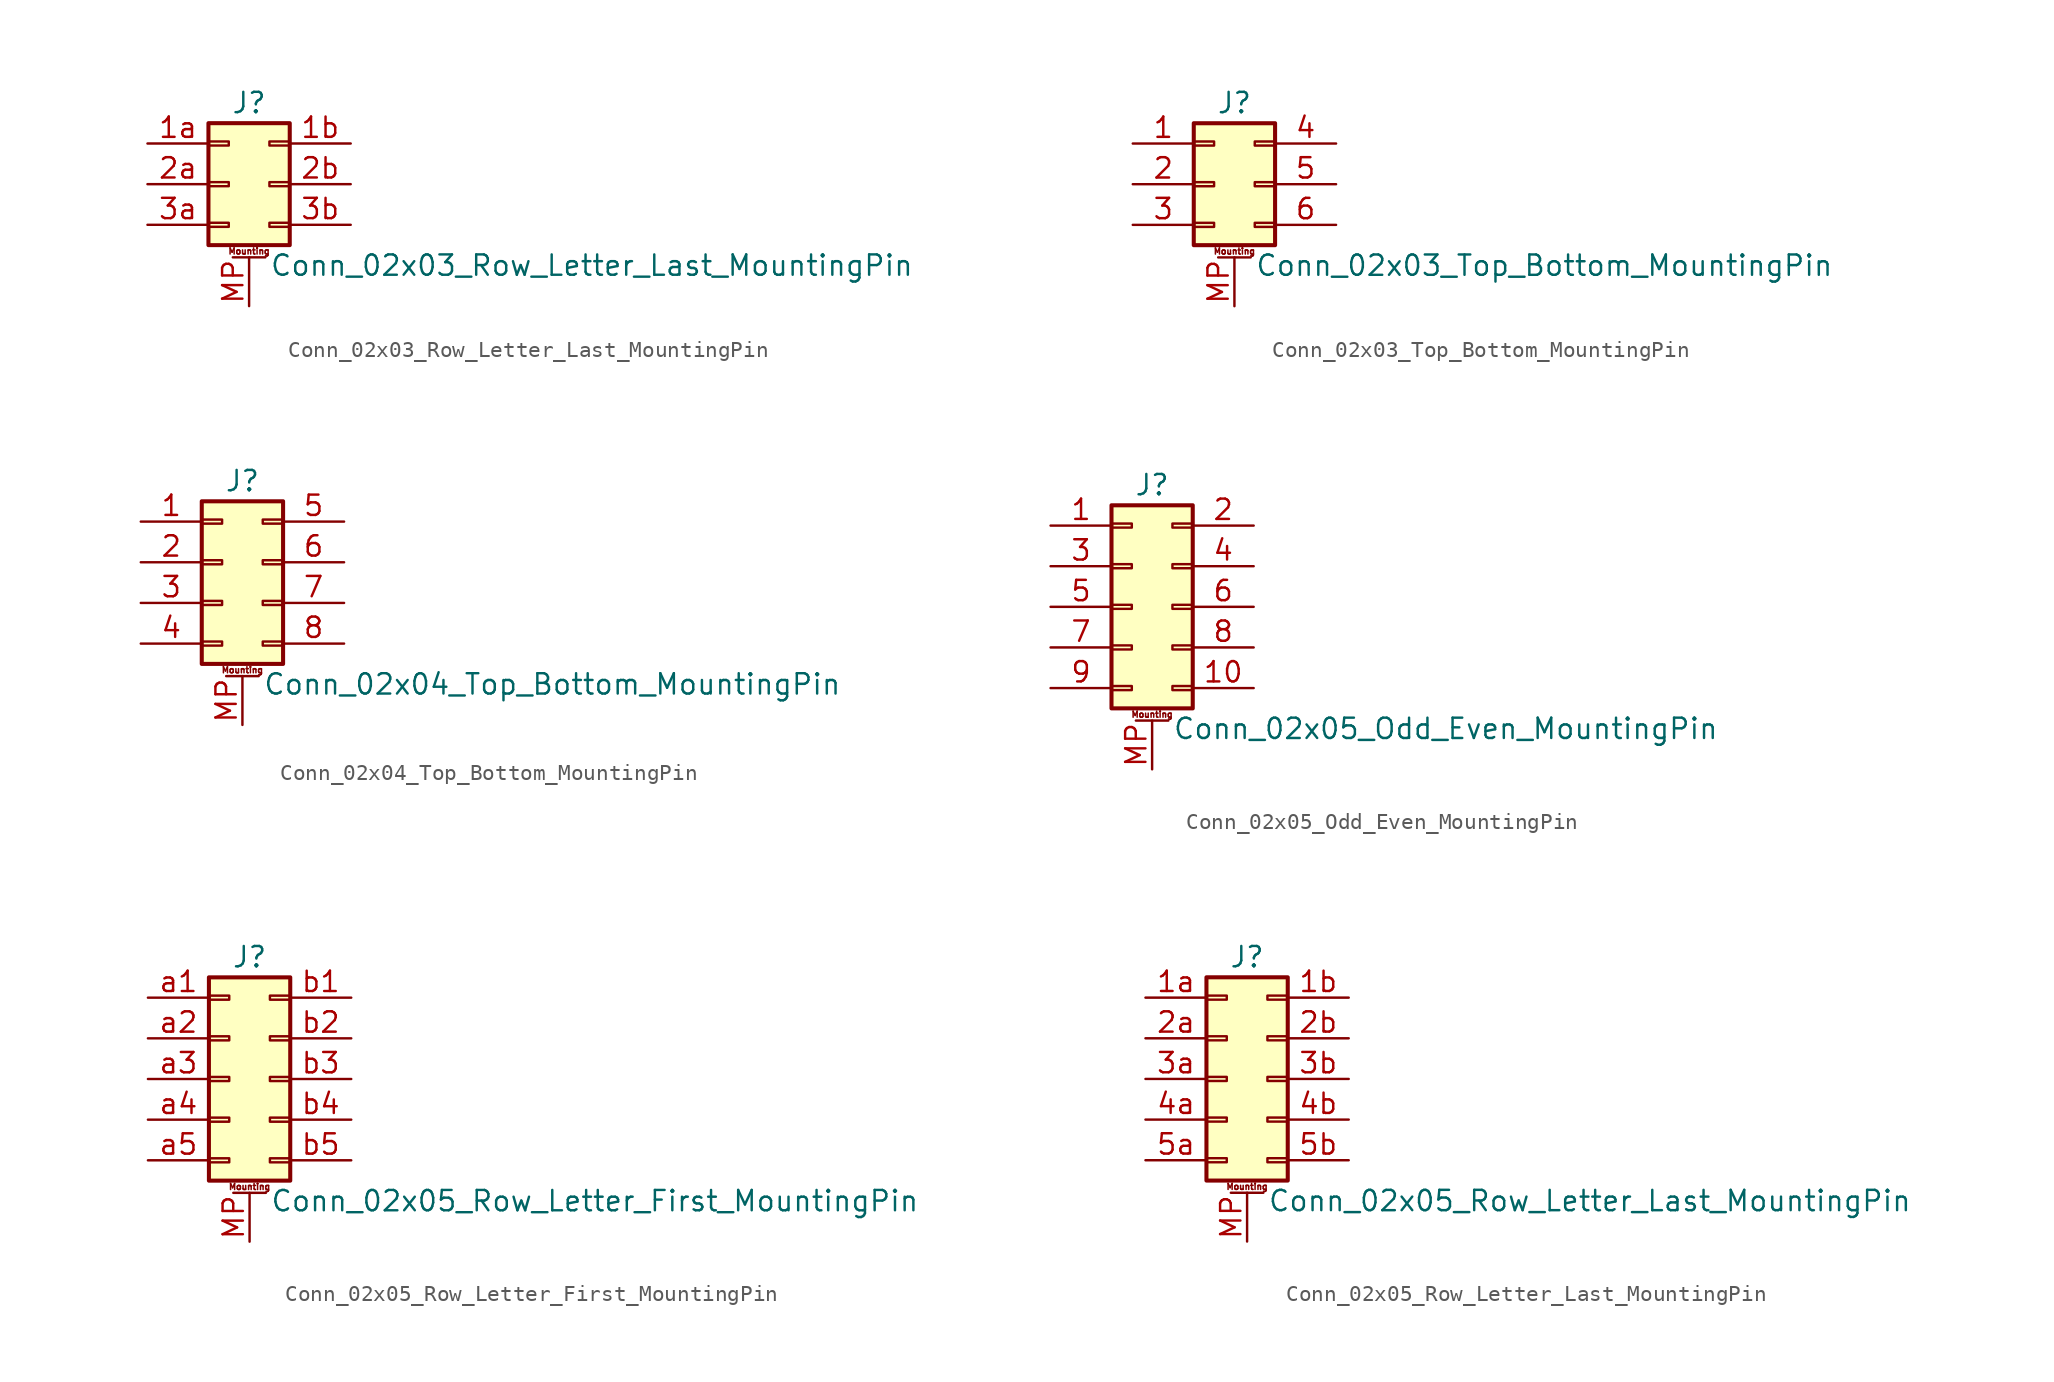
<source format=kicad_sym>
(kicad_symbol_lib
  (version 20201005)
  (generator kicad_symbol_editor)
  (symbol "Conn_02x03_Row_Letter_Last_MountingPin"
    (pin_names
      (offset 1.016) hide)
    (property "Reference" "J"
      (at 1.27 5.08 0)
      (effects (font (size 1.27 1.27))))
    (property "Value" "Conn_02x03_Row_Letter_Last_MountingPin"
      (at 2.54 -5.08 0)
      (effects (font (size 1.27 1.27)) (justify left)))
    (symbol "Conn_02x03_Row_Letter_Last_MountingPin_1_1"
      (text "Mounting" (at 1.27 -4.191 0) (effects (font (size 0.381 0.381))))
      (rectangle (start -1.27 -2.413) (end 0 -2.667) (stroke (width 0.152)) (fill (type none)))
      (rectangle (start -1.27 0.127) (end 0 -0.127) (stroke (width 0.152)) (fill (type none)))
      (rectangle (start -1.27 2.667) (end 0 2.413) (stroke (width 0.152)) (fill (type none)))
      (rectangle (start 3.81 -2.413) (end 2.54 -2.667) (stroke (width 0.152)) (fill (type none)))
      (rectangle (start 3.81 0.127) (end 2.54 -0.127) (stroke (width 0.152)) (fill (type none)))
      (rectangle (start 3.81 2.667) (end 2.54 2.413) (stroke (width 0.152)) (fill (type none)))
      (rectangle (start -1.27 3.81) (end 3.81 -3.81) (stroke (width 0.254)) (fill (type background)))
      (polyline (pts (xy 0.254 -4.572) (xy 2.286 -4.572)) (stroke (width 0.152)) (fill (type none)))
      (pin passive line (at -5.08 2.54 0) (length 3.81) (name "Pin_1a" (effects (font (size 1.27 1.27)))) (number "1a" (effects (font (size 1.27 1.27)))))
      (pin passive line (at 7.62 2.54 180) (length 3.81) (name "Pin_1b" (effects (font (size 1.27 1.27)))) (number "1b" (effects (font (size 1.27 1.27)))))
      (pin passive line (at -5.08 0 0) (length 3.81) (name "Pin_2a" (effects (font (size 1.27 1.27)))) (number "2a" (effects (font (size 1.27 1.27)))))
      (pin passive line (at 7.62 0 180) (length 3.81) (name "Pin_2b" (effects (font (size 1.27 1.27)))) (number "2b" (effects (font (size 1.27 1.27)))))
      (pin passive line (at -5.08 -2.54 0) (length 3.81) (name "Pin_3a" (effects (font (size 1.27 1.27)))) (number "3a" (effects (font (size 1.27 1.27)))))
      (pin passive line (at 7.62 -2.54 180) (length 3.81) (name "Pin_3b" (effects (font (size 1.27 1.27)))) (number "3b" (effects (font (size 1.27 1.27)))))
      (pin passive line (at 1.27 -7.62 90) (length 3.048) (name "MountPin" (effects (font (size 1.27 1.27)))) (number "MP" (effects (font (size 1.27 1.27)))))))
  (symbol "Conn_02x03_Top_Bottom_MountingPin"
    (pin_names
      (offset 1.016) hide)
    (property "Reference" "J"
      (at 1.27 5.08 0)
      (effects (font (size 1.27 1.27))))
    (property "Value" "Conn_02x03_Top_Bottom_MountingPin"
      (at 2.54 -5.08 0)
      (effects (font (size 1.27 1.27)) (justify left)))
    (symbol "Conn_02x03_Top_Bottom_MountingPin_1_1"
      (text "Mounting" (at 1.27 -4.191 0) (effects (font (size 0.381 0.381))))
      (rectangle (start -1.27 -2.413) (end 0 -2.667) (stroke (width 0.152)) (fill (type none)))
      (rectangle (start -1.27 0.127) (end 0 -0.127) (stroke (width 0.152)) (fill (type none)))
      (rectangle (start -1.27 2.667) (end 0 2.413) (stroke (width 0.152)) (fill (type none)))
      (rectangle (start 3.81 -2.413) (end 2.54 -2.667) (stroke (width 0.152)) (fill (type none)))
      (rectangle (start 3.81 0.127) (end 2.54 -0.127) (stroke (width 0.152)) (fill (type none)))
      (rectangle (start 3.81 2.667) (end 2.54 2.413) (stroke (width 0.152)) (fill (type none)))
      (rectangle (start -1.27 3.81) (end 3.81 -3.81) (stroke (width 0.254)) (fill (type background)))
      (polyline (pts (xy 0.254 -4.572) (xy 2.286 -4.572)) (stroke (width 0.152)) (fill (type none)))
      (pin passive line (at -5.08 2.54 0) (length 3.81) (name "Pin_1" (effects (font (size 1.27 1.27)))) (number "1" (effects (font (size 1.27 1.27)))))
      (pin passive line (at -5.08 0 0) (length 3.81) (name "Pin_2" (effects (font (size 1.27 1.27)))) (number "2" (effects (font (size 1.27 1.27)))))
      (pin passive line (at -5.08 -2.54 0) (length 3.81) (name "Pin_3" (effects (font (size 1.27 1.27)))) (number "3" (effects (font (size 1.27 1.27)))))
      (pin passive line (at 7.62 2.54 180) (length 3.81) (name "Pin_4" (effects (font (size 1.27 1.27)))) (number "4" (effects (font (size 1.27 1.27)))))
      (pin passive line (at 7.62 0 180) (length 3.81) (name "Pin_5" (effects (font (size 1.27 1.27)))) (number "5" (effects (font (size 1.27 1.27)))))
      (pin passive line (at 7.62 -2.54 180) (length 3.81) (name "Pin_6" (effects (font (size 1.27 1.27)))) (number "6" (effects (font (size 1.27 1.27)))))
      (pin passive line (at 1.27 -7.62 90) (length 3.048) (name "MountPin" (effects (font (size 1.27 1.27)))) (number "MP" (effects (font (size 1.27 1.27)))))))
  (symbol "Conn_02x04_Top_Bottom_MountingPin"
    (pin_names
      (offset 1.016) hide)
    (property "Reference" "J"
      (at 1.27 5.08 0)
      (effects (font (size 1.27 1.27))))
    (property "Value" "Conn_02x04_Top_Bottom_MountingPin"
      (at 2.54 -7.62 0)
      (effects (font (size 1.27 1.27)) (justify left)))
    (symbol "Conn_02x04_Top_Bottom_MountingPin_1_1"
      (text "Mounting" (at 1.27 -6.731 0) (effects (font (size 0.381 0.381))))
      (rectangle (start -1.27 -4.953) (end 0 -5.207) (stroke (width 0.152)) (fill (type none)))
      (rectangle (start -1.27 -2.413) (end 0 -2.667) (stroke (width 0.152)) (fill (type none)))
      (rectangle (start -1.27 0.127) (end 0 -0.127) (stroke (width 0.152)) (fill (type none)))
      (rectangle (start -1.27 2.667) (end 0 2.413) (stroke (width 0.152)) (fill (type none)))
      (rectangle (start 3.81 -4.953) (end 2.54 -5.207) (stroke (width 0.152)) (fill (type none)))
      (rectangle (start 3.81 -2.413) (end 2.54 -2.667) (stroke (width 0.152)) (fill (type none)))
      (rectangle (start 3.81 0.127) (end 2.54 -0.127) (stroke (width 0.152)) (fill (type none)))
      (rectangle (start 3.81 2.667) (end 2.54 2.413) (stroke (width 0.152)) (fill (type none)))
      (rectangle (start -1.27 3.81) (end 3.81 -6.35) (stroke (width 0.254)) (fill (type background)))
      (polyline (pts (xy 0.254 -7.112) (xy 2.286 -7.112)) (stroke (width 0.152)) (fill (type none)))
      (pin passive line (at -5.08 2.54 0) (length 3.81) (name "Pin_1" (effects (font (size 1.27 1.27)))) (number "1" (effects (font (size 1.27 1.27)))))
      (pin passive line (at -5.08 0 0) (length 3.81) (name "Pin_2" (effects (font (size 1.27 1.27)))) (number "2" (effects (font (size 1.27 1.27)))))
      (pin passive line (at -5.08 -2.54 0) (length 3.81) (name "Pin_3" (effects (font (size 1.27 1.27)))) (number "3" (effects (font (size 1.27 1.27)))))
      (pin passive line (at -5.08 -5.08 0) (length 3.81) (name "Pin_4" (effects (font (size 1.27 1.27)))) (number "4" (effects (font (size 1.27 1.27)))))
      (pin passive line (at 7.62 2.54 180) (length 3.81) (name "Pin_5" (effects (font (size 1.27 1.27)))) (number "5" (effects (font (size 1.27 1.27)))))
      (pin passive line (at 7.62 0 180) (length 3.81) (name "Pin_6" (effects (font (size 1.27 1.27)))) (number "6" (effects (font (size 1.27 1.27)))))
      (pin passive line (at 7.62 -2.54 180) (length 3.81) (name "Pin_7" (effects (font (size 1.27 1.27)))) (number "7" (effects (font (size 1.27 1.27)))))
      (pin passive line (at 7.62 -5.08 180) (length 3.81) (name "Pin_8" (effects (font (size 1.27 1.27)))) (number "8" (effects (font (size 1.27 1.27)))))
      (pin passive line (at 1.27 -10.16 90) (length 3.048) (name "MountPin" (effects (font (size 1.27 1.27)))) (number "MP" (effects (font (size 1.27 1.27)))))))
  (symbol "Conn_02x05_Odd_Even_MountingPin"
    (pin_names
      (offset 1.016) hide)
    (property "Reference" "J"
      (at 1.27 7.62 0)
      (effects (font (size 1.27 1.27))))
    (property "Value" "Conn_02x05_Odd_Even_MountingPin"
      (at 2.54 -7.62 0)
      (effects (font (size 1.27 1.27)) (justify left)))
    (symbol "Conn_02x05_Odd_Even_MountingPin_1_1"
      (text "Mounting" (at 1.27 -6.731 0) (effects (font (size 0.381 0.381))))
      (rectangle (start -1.27 -4.953) (end 0 -5.207) (stroke (width 0.152)) (fill (type none)))
      (rectangle (start -1.27 -2.413) (end 0 -2.667) (stroke (width 0.152)) (fill (type none)))
      (rectangle (start -1.27 0.127) (end 0 -0.127) (stroke (width 0.152)) (fill (type none)))
      (rectangle (start -1.27 2.667) (end 0 2.413) (stroke (width 0.152)) (fill (type none)))
      (rectangle (start -1.27 5.207) (end 0 4.953) (stroke (width 0.152)) (fill (type none)))
      (rectangle (start 3.81 -4.953) (end 2.54 -5.207) (stroke (width 0.152)) (fill (type none)))
      (rectangle (start 3.81 -2.413) (end 2.54 -2.667) (stroke (width 0.152)) (fill (type none)))
      (rectangle (start 3.81 0.127) (end 2.54 -0.127) (stroke (width 0.152)) (fill (type none)))
      (rectangle (start 3.81 2.667) (end 2.54 2.413) (stroke (width 0.152)) (fill (type none)))
      (rectangle (start 3.81 5.207) (end 2.54 4.953) (stroke (width 0.152)) (fill (type none)))
      (rectangle (start -1.27 6.35) (end 3.81 -6.35) (stroke (width 0.254)) (fill (type background)))
      (polyline (pts (xy 0.254 -7.112) (xy 2.286 -7.112)) (stroke (width 0.152)) (fill (type none)))
      (pin passive line (at -5.08 5.08 0) (length 3.81) (name "Pin_1" (effects (font (size 1.27 1.27)))) (number "1" (effects (font (size 1.27 1.27)))))
      (pin passive line (at 7.62 -5.08 180) (length 3.81) (name "Pin_10" (effects (font (size 1.27 1.27)))) (number "10" (effects (font (size 1.27 1.27)))))
      (pin passive line (at 7.62 5.08 180) (length 3.81) (name "Pin_2" (effects (font (size 1.27 1.27)))) (number "2" (effects (font (size 1.27 1.27)))))
      (pin passive line (at -5.08 2.54 0) (length 3.81) (name "Pin_3" (effects (font (size 1.27 1.27)))) (number "3" (effects (font (size 1.27 1.27)))))
      (pin passive line (at 7.62 2.54 180) (length 3.81) (name "Pin_4" (effects (font (size 1.27 1.27)))) (number "4" (effects (font (size 1.27 1.27)))))
      (pin passive line (at -5.08 0 0) (length 3.81) (name "Pin_5" (effects (font (size 1.27 1.27)))) (number "5" (effects (font (size 1.27 1.27)))))
      (pin passive line (at 7.62 0 180) (length 3.81) (name "Pin_6" (effects (font (size 1.27 1.27)))) (number "6" (effects (font (size 1.27 1.27)))))
      (pin passive line (at -5.08 -2.54 0) (length 3.81) (name "Pin_7" (effects (font (size 1.27 1.27)))) (number "7" (effects (font (size 1.27 1.27)))))
      (pin passive line (at 7.62 -2.54 180) (length 3.81) (name "Pin_8" (effects (font (size 1.27 1.27)))) (number "8" (effects (font (size 1.27 1.27)))))
      (pin passive line (at -5.08 -5.08 0) (length 3.81) (name "Pin_9" (effects (font (size 1.27 1.27)))) (number "9" (effects (font (size 1.27 1.27)))))
      (pin passive line (at 1.27 -10.16 90) (length 3.048) (name "MountPin" (effects (font (size 1.27 1.27)))) (number "MP" (effects (font (size 1.27 1.27)))))))
  (symbol "Conn_02x05_Row_Letter_First_MountingPin"
    (pin_names
      (offset 1.016) hide)
    (property "Reference" "J"
      (at 1.27 7.62 0)
      (effects (font (size 1.27 1.27))))
    (property "Value" "Conn_02x05_Row_Letter_First_MountingPin"
      (at 2.54 -7.62 0)
      (effects (font (size 1.27 1.27)) (justify left)))
    (symbol "Conn_02x05_Row_Letter_First_MountingPin_1_1"
      (text "Mounting" (at 1.27 -6.731 0) (effects (font (size 0.381 0.381))))
      (rectangle (start -1.27 -4.953) (end 0 -5.207) (stroke (width 0.152)) (fill (type none)))
      (rectangle (start -1.27 -2.413) (end 0 -2.667) (stroke (width 0.152)) (fill (type none)))
      (rectangle (start -1.27 0.127) (end 0 -0.127) (stroke (width 0.152)) (fill (type none)))
      (rectangle (start -1.27 2.667) (end 0 2.413) (stroke (width 0.152)) (fill (type none)))
      (rectangle (start -1.27 5.207) (end 0 4.953) (stroke (width 0.152)) (fill (type none)))
      (rectangle (start 3.81 -4.953) (end 2.54 -5.207) (stroke (width 0.152)) (fill (type none)))
      (rectangle (start 3.81 -2.413) (end 2.54 -2.667) (stroke (width 0.152)) (fill (type none)))
      (rectangle (start 3.81 0.127) (end 2.54 -0.127) (stroke (width 0.152)) (fill (type none)))
      (rectangle (start 3.81 2.667) (end 2.54 2.413) (stroke (width 0.152)) (fill (type none)))
      (rectangle (start 3.81 5.207) (end 2.54 4.953) (stroke (width 0.152)) (fill (type none)))
      (rectangle (start -1.27 6.35) (end 3.81 -6.35) (stroke (width 0.254)) (fill (type background)))
      (polyline (pts (xy 0.254 -7.112) (xy 2.286 -7.112)) (stroke (width 0.152)) (fill (type none)))
      (pin passive line (at 1.27 -10.16 90) (length 3.048) (name "MountPin" (effects (font (size 1.27 1.27)))) (number "MP" (effects (font (size 1.27 1.27)))))
      (pin passive line (at -5.08 5.08 0) (length 3.81) (name "Pin_a1" (effects (font (size 1.27 1.27)))) (number "a1" (effects (font (size 1.27 1.27)))))
      (pin passive line (at -5.08 2.54 0) (length 3.81) (name "Pin_a2" (effects (font (size 1.27 1.27)))) (number "a2" (effects (font (size 1.27 1.27)))))
      (pin passive line (at -5.08 0 0) (length 3.81) (name "Pin_a3" (effects (font (size 1.27 1.27)))) (number "a3" (effects (font (size 1.27 1.27)))))
      (pin passive line (at -5.08 -2.54 0) (length 3.81) (name "Pin_a4" (effects (font (size 1.27 1.27)))) (number "a4" (effects (font (size 1.27 1.27)))))
      (pin passive line (at -5.08 -5.08 0) (length 3.81) (name "Pin_a5" (effects (font (size 1.27 1.27)))) (number "a5" (effects (font (size 1.27 1.27)))))
      (pin passive line (at 7.62 5.08 180) (length 3.81) (name "Pin_b1" (effects (font (size 1.27 1.27)))) (number "b1" (effects (font (size 1.27 1.27)))))
      (pin passive line (at 7.62 2.54 180) (length 3.81) (name "Pin_b2" (effects (font (size 1.27 1.27)))) (number "b2" (effects (font (size 1.27 1.27)))))
      (pin passive line (at 7.62 0 180) (length 3.81) (name "Pin_b3" (effects (font (size 1.27 1.27)))) (number "b3" (effects (font (size 1.27 1.27)))))
      (pin passive line (at 7.62 -2.54 180) (length 3.81) (name "Pin_b4" (effects (font (size 1.27 1.27)))) (number "b4" (effects (font (size 1.27 1.27)))))
      (pin passive line (at 7.62 -5.08 180) (length 3.81) (name "Pin_b5" (effects (font (size 1.27 1.27)))) (number "b5" (effects (font (size 1.27 1.27)))))))
  (symbol "Conn_02x05_Row_Letter_Last_MountingPin"
    (pin_names
      (offset 1.016) hide)
    (property "Reference" "J"
      (at 1.27 7.62 0)
      (effects (font (size 1.27 1.27))))
    (property "Value" "Conn_02x05_Row_Letter_Last_MountingPin"
      (at 2.54 -7.62 0)
      (effects (font (size 1.27 1.27)) (justify left)))
    (symbol "Conn_02x05_Row_Letter_Last_MountingPin_1_1"
      (text "Mounting" (at 1.27 -6.731 0) (effects (font (size 0.381 0.381))))
      (rectangle (start -1.27 -4.953) (end 0 -5.207) (stroke (width 0.152)) (fill (type none)))
      (rectangle (start -1.27 -2.413) (end 0 -2.667) (stroke (width 0.152)) (fill (type none)))
      (rectangle (start -1.27 0.127) (end 0 -0.127) (stroke (width 0.152)) (fill (type none)))
      (rectangle (start -1.27 2.667) (end 0 2.413) (stroke (width 0.152)) (fill (type none)))
      (rectangle (start -1.27 5.207) (end 0 4.953) (stroke (width 0.152)) (fill (type none)))
      (rectangle (start 3.81 -4.953) (end 2.54 -5.207) (stroke (width 0.152)) (fill (type none)))
      (rectangle (start 3.81 -2.413) (end 2.54 -2.667) (stroke (width 0.152)) (fill (type none)))
      (rectangle (start 3.81 0.127) (end 2.54 -0.127) (stroke (width 0.152)) (fill (type none)))
      (rectangle (start 3.81 2.667) (end 2.54 2.413) (stroke (width 0.152)) (fill (type none)))
      (rectangle (start 3.81 5.207) (end 2.54 4.953) (stroke (width 0.152)) (fill (type none)))
      (rectangle (start -1.27 6.35) (end 3.81 -6.35) (stroke (width 0.254)) (fill (type background)))
      (polyline (pts (xy 0.254 -7.112) (xy 2.286 -7.112)) (stroke (width 0.152)) (fill (type none)))
      (pin passive line (at -5.08 5.08 0) (length 3.81) (name "Pin_1a" (effects (font (size 1.27 1.27)))) (number "1a" (effects (font (size 1.27 1.27)))))
      (pin passive line (at 7.62 5.08 180) (length 3.81) (name "Pin_1b" (effects (font (size 1.27 1.27)))) (number "1b" (effects (font (size 1.27 1.27)))))
      (pin passive line (at -5.08 2.54 0) (length 3.81) (name "Pin_2a" (effects (font (size 1.27 1.27)))) (number "2a" (effects (font (size 1.27 1.27)))))
      (pin passive line (at 7.62 2.54 180) (length 3.81) (name "Pin_2b" (effects (font (size 1.27 1.27)))) (number "2b" (effects (font (size 1.27 1.27)))))
      (pin passive line (at -5.08 0 0) (length 3.81) (name "Pin_3a" (effects (font (size 1.27 1.27)))) (number "3a" (effects (font (size 1.27 1.27)))))
      (pin passive line (at 7.62 0 180) (length 3.81) (name "Pin_3b" (effects (font (size 1.27 1.27)))) (number "3b" (effects (font (size 1.27 1.27)))))
      (pin passive line (at -5.08 -2.54 0) (length 3.81) (name "Pin_4a" (effects (font (size 1.27 1.27)))) (number "4a" (effects (font (size 1.27 1.27)))))
      (pin passive line (at 7.62 -2.54 180) (length 3.81) (name "Pin_4b" (effects (font (size 1.27 1.27)))) (number "4b" (effects (font (size 1.27 1.27)))))
      (pin passive line (at -5.08 -5.08 0) (length 3.81) (name "Pin_5a" (effects (font (size 1.27 1.27)))) (number "5a" (effects (font (size 1.27 1.27)))))
      (pin passive line (at 7.62 -5.08 180) (length 3.81) (name "Pin_5b" (effects (font (size 1.27 1.27)))) (number "5b" (effects (font (size 1.27 1.27)))))
      (pin passive line (at 1.27 -10.16 90) (length 3.048) (name "MountPin" (effects (font (size 1.27 1.27)))) (number "MP" (effects (font (size 1.27 1.27))))))))
</source>
